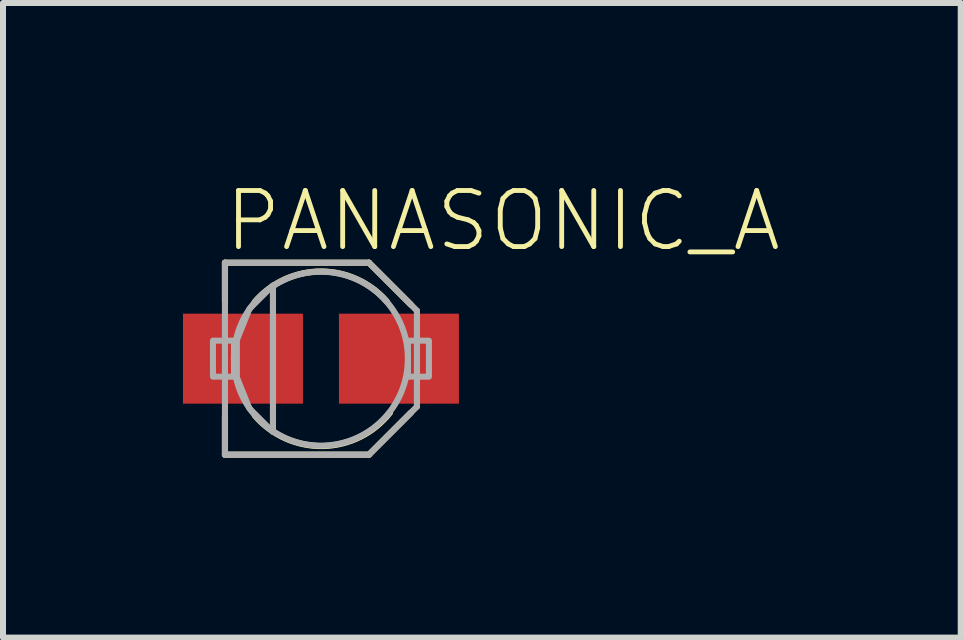
<source format=kicad_pcb>
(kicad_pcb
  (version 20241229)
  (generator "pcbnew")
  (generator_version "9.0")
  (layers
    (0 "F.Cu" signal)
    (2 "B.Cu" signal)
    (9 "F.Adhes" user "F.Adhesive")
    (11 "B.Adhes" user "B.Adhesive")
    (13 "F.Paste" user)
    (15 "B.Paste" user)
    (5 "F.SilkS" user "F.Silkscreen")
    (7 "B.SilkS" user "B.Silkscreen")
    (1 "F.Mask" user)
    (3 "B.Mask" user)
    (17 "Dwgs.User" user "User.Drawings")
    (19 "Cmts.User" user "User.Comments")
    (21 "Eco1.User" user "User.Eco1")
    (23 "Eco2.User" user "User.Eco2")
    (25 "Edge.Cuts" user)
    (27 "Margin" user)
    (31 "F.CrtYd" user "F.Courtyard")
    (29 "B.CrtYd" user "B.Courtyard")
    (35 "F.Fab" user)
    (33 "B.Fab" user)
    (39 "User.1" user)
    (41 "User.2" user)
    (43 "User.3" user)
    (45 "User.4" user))
  (footprint "PANASONIC_A"
    (layer "F.Cu")
    (at 2.3 2.929)
    (property "Reference" "PANASONIC_A" (at -1.65 -1.75 0) (layer "F.SilkS") (effects (font (size 0.935 0.935) (thickness 0.081)) (justify left bottom)))
    (fp_line (start -1.6 -1.6) (end 0.8 -1.6) (stroke (width 0.102) (type solid)) (layer "F.SilkS"))
    (fp_line (start -1.6 -0.95) (end -1.6 -1.6) (stroke (width 0.102) (type solid)) (layer "F.SilkS"))
    (fp_line (start -1.6 1.6) (end -1.6 0.95) (stroke (width 0.102) (type solid)) (layer "F.SilkS"))
    (fp_line (start 0.8 -1.6) (end 1.5 -0.9) (stroke (width 0.102) (type solid)) (layer "F.SilkS"))
    (fp_line (start 0.8 1.6) (end -1.6 1.6) (stroke (width 0.102) (type solid)) (layer "F.SilkS"))
    (fp_line (start 1.5 0.9) (end 0.8 1.6) (stroke (width 0.102) (type solid)) (layer "F.SilkS"))
    (fp_arc (start -1.1 -0.95) (mid 0 -1.453444) (end 1.1 -0.95) (stroke (width 0.1016) (type solid)) (layer "F.SilkS"))
    (fp_arc (start 1.149999 0.9) (mid 0.03681 1.456451) (end -1.1 0.95) (stroke (width 0.1016) (type solid)) (layer "F.SilkS"))
    (fp_line (start -1.6 -1.6) (end 0.8 -1.6) (stroke (width 0.102) (type solid)) (layer "F.Fab"))
    (fp_line (start -1.6 1.6) (end -1.6 -1.6) (stroke (width 0.102) (type solid)) (layer "F.Fab"))
    (fp_line (start -0.8 -1.2) (end -0.8 1.2) (stroke (width 0.102) (type solid)) (layer "F.Fab"))
    (fp_line (start 0.8 -1.6) (end 1.6 -0.8) (stroke (width 0.102) (type solid)) (layer "F.Fab"))
    (fp_line (start 0.8 1.6) (end -1.6 1.6) (stroke (width 0.102) (type solid)) (layer "F.Fab"))
    (fp_line (start 1.6 -0.8) (end 1.6 0.8) (stroke (width 0.102) (type solid)) (layer "F.Fab"))
    (fp_line (start 1.6 0.8) (end 0.8 1.6) (stroke (width 0.102) (type solid)) (layer "F.Fab"))
    (fp_circle (center 0 0) (end 1.45 0) (stroke (width 0.102) (type solid)) (fill no) (layer "F.Fab"))
    (fp_poly (pts (xy -1.8 0.3) (xy -1.45 0.3) (xy -1.45 -0.3) (xy -1.8 -0.3)) (stroke (width 0.1) (type solid)) (fill no) (layer "F.Fab"))
    (fp_poly (pts (xy 1.45 0.3) (xy 1.8 0.3) (xy 1.8 -0.3) (xy 1.45 -0.3)) (stroke (width 0.1) (type solid)) (fill no) (layer "F.Fab"))
    (fp_poly (pts (xy -0.799 1.223) (xy -1.193 0.829) (xy -1.401 0.31) (xy -1.401 -0.31) (xy -1.193 -0.829) (xy -0.799 -1.223)) (stroke (width 0.1) (type solid)) (fill no) (layer "F.Fab"))
    (pad "+" smd rect (at 1.3 0) (size 2 1.5) (layers "F.Cu" "F.Mask" "F.Paste"))
    (pad "-" smd rect (at -1.3 0) (size 2 1.5) (layers "F.Cu" "F.Mask" "F.Paste")))
  (gr_rect
    (start -3 -3)
    (end 12.965 7.579)
    (stroke (width 0.1) (type default))
    (fill no)
    (layer "Edge.Cuts")))
</source>
